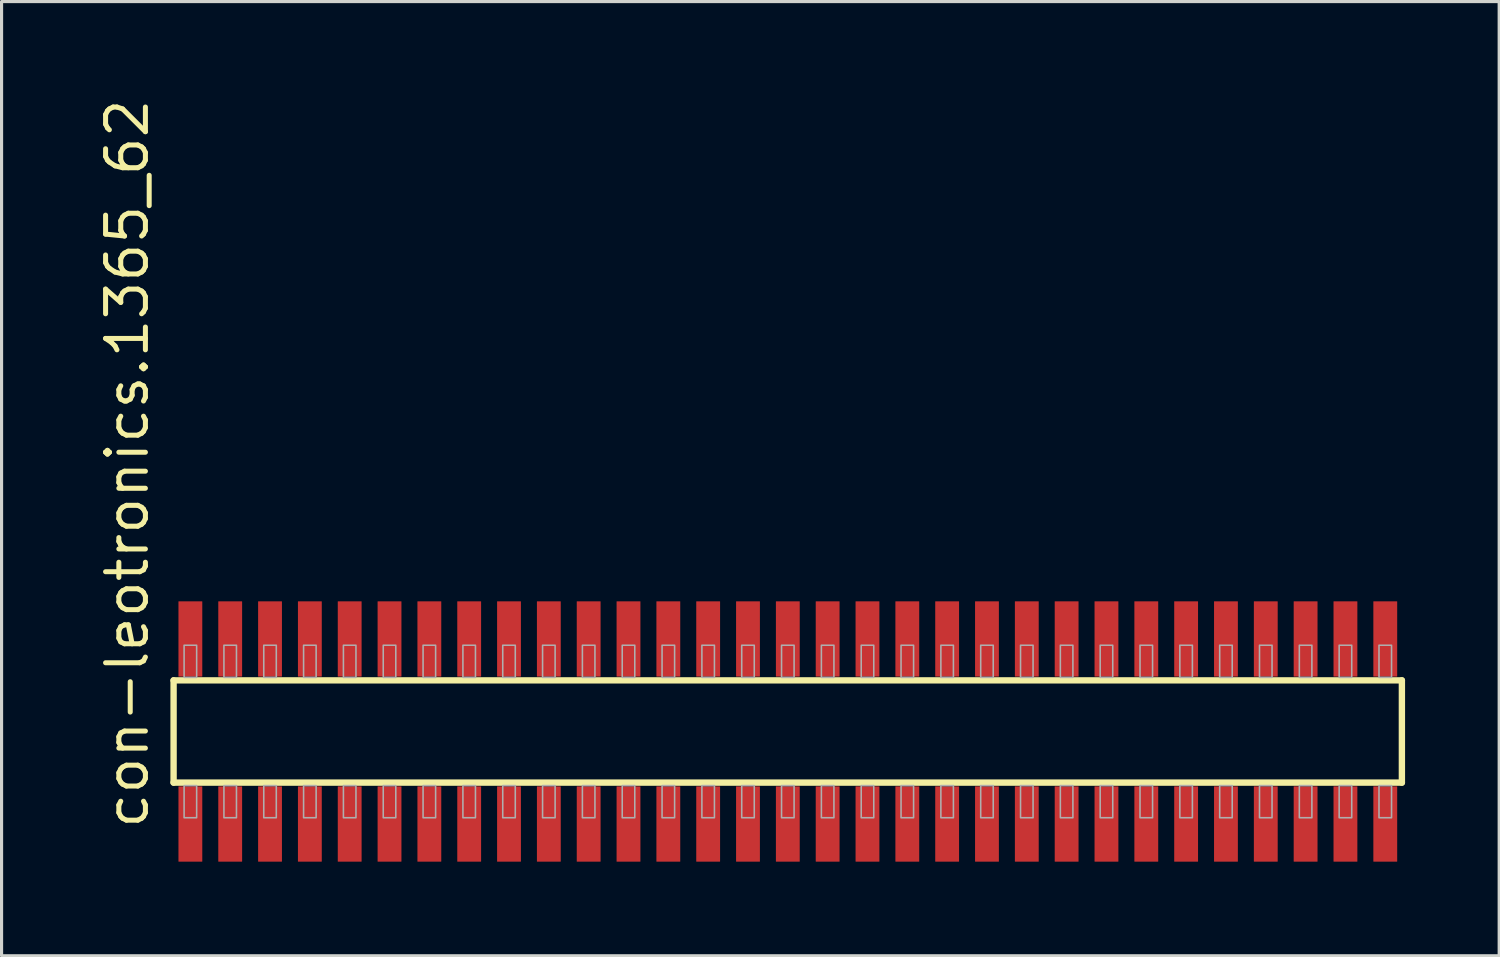
<source format=kicad_pcb>
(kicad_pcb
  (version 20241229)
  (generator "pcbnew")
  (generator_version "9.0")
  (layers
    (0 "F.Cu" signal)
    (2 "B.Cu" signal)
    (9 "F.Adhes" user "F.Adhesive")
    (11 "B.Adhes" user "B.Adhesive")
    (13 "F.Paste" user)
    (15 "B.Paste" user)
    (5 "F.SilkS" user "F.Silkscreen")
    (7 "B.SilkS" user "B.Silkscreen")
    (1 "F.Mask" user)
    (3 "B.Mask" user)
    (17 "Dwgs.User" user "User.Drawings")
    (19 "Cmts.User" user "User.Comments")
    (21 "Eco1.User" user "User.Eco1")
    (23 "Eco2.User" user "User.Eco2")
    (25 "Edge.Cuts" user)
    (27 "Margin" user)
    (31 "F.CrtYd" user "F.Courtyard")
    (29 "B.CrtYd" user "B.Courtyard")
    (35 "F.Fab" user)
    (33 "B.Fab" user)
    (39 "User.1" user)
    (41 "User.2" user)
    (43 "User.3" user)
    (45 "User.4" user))
  (footprint "con-leotronics.1365_62"
    (layer "F.Cu")
    (at 22.07 20.274)
    (property "Reference" "con-leotronics.1365_62" (at -20.32 3.175 90) (layer "F.SilkS") (effects (font (size 1.27 1.27) (thickness 0.16)) (justify left bottom)))
    (attr smd)
    (fp_line (start -19.585 -1.63) (end 19.58 -1.63) (stroke (width 0.203) (type default)) (layer "F.SilkS"))
    (fp_line (start -19.585 1.63) (end -19.585 -1.63) (stroke (width 0.203) (type default)) (layer "F.SilkS"))
    (fp_line (start 19.58 -1.63) (end 19.58 1.63) (stroke (width 0.203) (type default)) (layer "F.SilkS"))
    (fp_line (start 19.58 1.63) (end -19.585 1.63) (stroke (width 0.203) (type default)) (layer "F.SilkS"))
    (fp_rect (start -19.25 -1.725) (end -18.85 -2.75) (stroke (width 0.05) (type default)) (fill no) (layer "F.Fab"))
    (fp_rect (start -19.25 2.75) (end -18.85 1.725) (stroke (width 0.05) (type default)) (fill no) (layer "F.Fab"))
    (fp_rect (start -17.98 -1.725) (end -17.58 -2.75) (stroke (width 0.05) (type default)) (fill no) (layer "F.Fab"))
    (fp_rect (start -17.98 2.75) (end -17.58 1.725) (stroke (width 0.05) (type default)) (fill no) (layer "F.Fab"))
    (fp_rect (start -16.71 -1.725) (end -16.31 -2.75) (stroke (width 0.05) (type default)) (fill no) (layer "F.Fab"))
    (fp_rect (start -16.71 2.75) (end -16.31 1.725) (stroke (width 0.05) (type default)) (fill no) (layer "F.Fab"))
    (fp_rect (start -15.44 -1.725) (end -15.04 -2.75) (stroke (width 0.05) (type default)) (fill no) (layer "F.Fab"))
    (fp_rect (start -15.44 2.75) (end -15.04 1.725) (stroke (width 0.05) (type default)) (fill no) (layer "F.Fab"))
    (fp_rect (start -14.17 -1.725) (end -13.77 -2.75) (stroke (width 0.05) (type default)) (fill no) (layer "F.Fab"))
    (fp_rect (start -14.17 2.75) (end -13.77 1.725) (stroke (width 0.05) (type default)) (fill no) (layer "F.Fab"))
    (fp_rect (start -12.9 -1.725) (end -12.5 -2.75) (stroke (width 0.05) (type default)) (fill no) (layer "F.Fab"))
    (fp_rect (start -12.9 2.75) (end -12.5 1.725) (stroke (width 0.05) (type default)) (fill no) (layer "F.Fab"))
    (fp_rect (start -11.63 -1.725) (end -11.23 -2.75) (stroke (width 0.05) (type default)) (fill no) (layer "F.Fab"))
    (fp_rect (start -11.63 2.75) (end -11.23 1.725) (stroke (width 0.05) (type default)) (fill no) (layer "F.Fab"))
    (fp_rect (start -10.36 -1.725) (end -9.96 -2.75) (stroke (width 0.05) (type default)) (fill no) (layer "F.Fab"))
    (fp_rect (start -10.36 2.75) (end -9.96 1.725) (stroke (width 0.05) (type default)) (fill no) (layer "F.Fab"))
    (fp_rect (start -9.09 -1.725) (end -8.69 -2.75) (stroke (width 0.05) (type default)) (fill no) (layer "F.Fab"))
    (fp_rect (start -9.09 2.75) (end -8.69 1.725) (stroke (width 0.05) (type default)) (fill no) (layer "F.Fab"))
    (fp_rect (start -7.82 -1.725) (end -7.42 -2.75) (stroke (width 0.05) (type default)) (fill no) (layer "F.Fab"))
    (fp_rect (start -7.82 2.75) (end -7.42 1.725) (stroke (width 0.05) (type default)) (fill no) (layer "F.Fab"))
    (fp_rect (start -6.55 -1.725) (end -6.15 -2.75) (stroke (width 0.05) (type default)) (fill no) (layer "F.Fab"))
    (fp_rect (start -6.55 2.75) (end -6.15 1.725) (stroke (width 0.05) (type default)) (fill no) (layer "F.Fab"))
    (fp_rect (start -5.28 -1.725) (end -4.88 -2.75) (stroke (width 0.05) (type default)) (fill no) (layer "F.Fab"))
    (fp_rect (start -5.28 2.75) (end -4.88 1.725) (stroke (width 0.05) (type default)) (fill no) (layer "F.Fab"))
    (fp_rect (start -4.01 -1.725) (end -3.61 -2.75) (stroke (width 0.05) (type default)) (fill no) (layer "F.Fab"))
    (fp_rect (start -4.01 2.75) (end -3.61 1.725) (stroke (width 0.05) (type default)) (fill no) (layer "F.Fab"))
    (fp_rect (start -2.74 -1.725) (end -2.34 -2.75) (stroke (width 0.05) (type default)) (fill no) (layer "F.Fab"))
    (fp_rect (start -2.74 2.75) (end -2.34 1.725) (stroke (width 0.05) (type default)) (fill no) (layer "F.Fab"))
    (fp_rect (start -1.47 -1.725) (end -1.07 -2.75) (stroke (width 0.05) (type default)) (fill no) (layer "F.Fab"))
    (fp_rect (start -1.47 2.75) (end -1.07 1.725) (stroke (width 0.05) (type default)) (fill no) (layer "F.Fab"))
    (fp_rect (start -0.2 -1.725) (end 0.2 -2.75) (stroke (width 0.05) (type default)) (fill no) (layer "F.Fab"))
    (fp_rect (start -0.2 2.75) (end 0.2 1.725) (stroke (width 0.05) (type default)) (fill no) (layer "F.Fab"))
    (fp_rect (start 1.07 -1.725) (end 1.47 -2.75) (stroke (width 0.05) (type default)) (fill no) (layer "F.Fab"))
    (fp_rect (start 1.07 2.75) (end 1.47 1.725) (stroke (width 0.05) (type default)) (fill no) (layer "F.Fab"))
    (fp_rect (start 2.34 -1.725) (end 2.74 -2.75) (stroke (width 0.05) (type default)) (fill no) (layer "F.Fab"))
    (fp_rect (start 2.34 2.75) (end 2.74 1.725) (stroke (width 0.05) (type default)) (fill no) (layer "F.Fab"))
    (fp_rect (start 3.61 -1.725) (end 4.01 -2.75) (stroke (width 0.05) (type default)) (fill no) (layer "F.Fab"))
    (fp_rect (start 3.61 2.75) (end 4.01 1.725) (stroke (width 0.05) (type default)) (fill no) (layer "F.Fab"))
    (fp_rect (start 4.88 -1.725) (end 5.28 -2.75) (stroke (width 0.05) (type default)) (fill no) (layer "F.Fab"))
    (fp_rect (start 4.88 2.75) (end 5.28 1.725) (stroke (width 0.05) (type default)) (fill no) (layer "F.Fab"))
    (fp_rect (start 6.15 -1.725) (end 6.55 -2.75) (stroke (width 0.05) (type default)) (fill no) (layer "F.Fab"))
    (fp_rect (start 6.15 2.75) (end 6.55 1.725) (stroke (width 0.05) (type default)) (fill no) (layer "F.Fab"))
    (fp_rect (start 7.42 -1.725) (end 7.82 -2.75) (stroke (width 0.05) (type default)) (fill no) (layer "F.Fab"))
    (fp_rect (start 7.42 2.75) (end 7.82 1.725) (stroke (width 0.05) (type default)) (fill no) (layer "F.Fab"))
    (fp_rect (start 8.69 -1.725) (end 9.09 -2.75) (stroke (width 0.05) (type default)) (fill no) (layer "F.Fab"))
    (fp_rect (start 8.69 2.75) (end 9.09 1.725) (stroke (width 0.05) (type default)) (fill no) (layer "F.Fab"))
    (fp_rect (start 9.96 -1.725) (end 10.36 -2.75) (stroke (width 0.05) (type default)) (fill no) (layer "F.Fab"))
    (fp_rect (start 9.96 2.75) (end 10.36 1.725) (stroke (width 0.05) (type default)) (fill no) (layer "F.Fab"))
    (fp_rect (start 11.23 -1.725) (end 11.63 -2.75) (stroke (width 0.05) (type default)) (fill no) (layer "F.Fab"))
    (fp_rect (start 11.23 2.75) (end 11.63 1.725) (stroke (width 0.05) (type default)) (fill no) (layer "F.Fab"))
    (fp_rect (start 12.5 -1.725) (end 12.9 -2.75) (stroke (width 0.05) (type default)) (fill no) (layer "F.Fab"))
    (fp_rect (start 12.5 2.75) (end 12.9 1.725) (stroke (width 0.05) (type default)) (fill no) (layer "F.Fab"))
    (fp_rect (start 13.77 -1.725) (end 14.17 -2.75) (stroke (width 0.05) (type default)) (fill no) (layer "F.Fab"))
    (fp_rect (start 13.77 2.75) (end 14.17 1.725) (stroke (width 0.05) (type default)) (fill no) (layer "F.Fab"))
    (fp_rect (start 15.04 -1.725) (end 15.44 -2.75) (stroke (width 0.05) (type default)) (fill no) (layer "F.Fab"))
    (fp_rect (start 15.04 2.75) (end 15.44 1.725) (stroke (width 0.05) (type default)) (fill no) (layer "F.Fab"))
    (fp_rect (start 16.31 -1.725) (end 16.71 -2.75) (stroke (width 0.05) (type default)) (fill no) (layer "F.Fab"))
    (fp_rect (start 16.31 2.75) (end 16.71 1.725) (stroke (width 0.05) (type default)) (fill no) (layer "F.Fab"))
    (fp_rect (start 17.58 -1.725) (end 17.98 -2.75) (stroke (width 0.05) (type default)) (fill no) (layer "F.Fab"))
    (fp_rect (start 17.58 2.75) (end 17.98 1.725) (stroke (width 0.05) (type default)) (fill no) (layer "F.Fab"))
    (fp_rect (start 18.85 -1.725) (end 19.25 -2.75) (stroke (width 0.05) (type default)) (fill no) (layer "F.Fab"))
    (fp_rect (start 18.85 2.75) (end 19.25 1.725) (stroke (width 0.05) (type default)) (fill no) (layer "F.Fab"))
    (pad "1" smd roundrect (at -19.05 2.95) (size 0.76 2.4) (layers "F.Cu" "F.Mask" "F.Paste") (roundrect_rratio 0.01))
    (pad "2" smd roundrect (at -19.05 -2.95) (size 0.76 2.4) (layers "F.Cu" "F.Mask" "F.Paste") (roundrect_rratio 0.01))
    (pad "3" smd roundrect (at -17.78 2.95) (size 0.76 2.4) (layers "F.Cu" "F.Mask" "F.Paste") (roundrect_rratio 0.01))
    (pad "4" smd roundrect (at -17.78 -2.95) (size 0.76 2.4) (layers "F.Cu" "F.Mask" "F.Paste") (roundrect_rratio 0.01))
    (pad "5" smd roundrect (at -16.51 2.95) (size 0.76 2.4) (layers "F.Cu" "F.Mask" "F.Paste") (roundrect_rratio 0.01))
    (pad "6" smd roundrect (at -16.51 -2.95) (size 0.76 2.4) (layers "F.Cu" "F.Mask" "F.Paste") (roundrect_rratio 0.01))
    (pad "7" smd roundrect (at -15.24 2.95) (size 0.76 2.4) (layers "F.Cu" "F.Mask" "F.Paste") (roundrect_rratio 0.01))
    (pad "8" smd roundrect (at -15.24 -2.95) (size 0.76 2.4) (layers "F.Cu" "F.Mask" "F.Paste") (roundrect_rratio 0.01))
    (pad "9" smd roundrect (at -13.97 2.95) (size 0.76 2.4) (layers "F.Cu" "F.Mask" "F.Paste") (roundrect_rratio 0.01))
    (pad "10" smd roundrect (at -13.97 -2.95) (size 0.76 2.4) (layers "F.Cu" "F.Mask" "F.Paste") (roundrect_rratio 0.01))
    (pad "11" smd roundrect (at -12.7 2.95) (size 0.76 2.4) (layers "F.Cu" "F.Mask" "F.Paste") (roundrect_rratio 0.01))
    (pad "12" smd roundrect (at -12.7 -2.95) (size 0.76 2.4) (layers "F.Cu" "F.Mask" "F.Paste") (roundrect_rratio 0.01))
    (pad "13" smd roundrect (at -11.43 2.95) (size 0.76 2.4) (layers "F.Cu" "F.Mask" "F.Paste") (roundrect_rratio 0.01))
    (pad "14" smd roundrect (at -11.43 -2.95) (size 0.76 2.4) (layers "F.Cu" "F.Mask" "F.Paste") (roundrect_rratio 0.01))
    (pad "15" smd roundrect (at -10.16 2.95) (size 0.76 2.4) (layers "F.Cu" "F.Mask" "F.Paste") (roundrect_rratio 0.01))
    (pad "16" smd roundrect (at -10.16 -2.95) (size 0.76 2.4) (layers "F.Cu" "F.Mask" "F.Paste") (roundrect_rratio 0.01))
    (pad "17" smd roundrect (at -8.89 2.95) (size 0.76 2.4) (layers "F.Cu" "F.Mask" "F.Paste") (roundrect_rratio 0.01))
    (pad "18" smd roundrect (at -8.89 -2.95) (size 0.76 2.4) (layers "F.Cu" "F.Mask" "F.Paste") (roundrect_rratio 0.01))
    (pad "19" smd roundrect (at -7.62 2.95) (size 0.76 2.4) (layers "F.Cu" "F.Mask" "F.Paste") (roundrect_rratio 0.01))
    (pad "20" smd roundrect (at -7.62 -2.95) (size 0.76 2.4) (layers "F.Cu" "F.Mask" "F.Paste") (roundrect_rratio 0.01))
    (pad "21" smd roundrect (at -6.35 2.95) (size 0.76 2.4) (layers "F.Cu" "F.Mask" "F.Paste") (roundrect_rratio 0.01))
    (pad "22" smd roundrect (at -6.35 -2.95) (size 0.76 2.4) (layers "F.Cu" "F.Mask" "F.Paste") (roundrect_rratio 0.01))
    (pad "23" smd roundrect (at -5.08 2.95) (size 0.76 2.4) (layers "F.Cu" "F.Mask" "F.Paste") (roundrect_rratio 0.01))
    (pad "24" smd roundrect (at -5.08 -2.95) (size 0.76 2.4) (layers "F.Cu" "F.Mask" "F.Paste") (roundrect_rratio 0.01))
    (pad "25" smd roundrect (at -3.81 2.95) (size 0.76 2.4) (layers "F.Cu" "F.Mask" "F.Paste") (roundrect_rratio 0.01))
    (pad "26" smd roundrect (at -3.81 -2.95) (size 0.76 2.4) (layers "F.Cu" "F.Mask" "F.Paste") (roundrect_rratio 0.01))
    (pad "27" smd roundrect (at -2.54 2.95) (size 0.76 2.4) (layers "F.Cu" "F.Mask" "F.Paste") (roundrect_rratio 0.01))
    (pad "28" smd roundrect (at -2.54 -2.95) (size 0.76 2.4) (layers "F.Cu" "F.Mask" "F.Paste") (roundrect_rratio 0.01))
    (pad "29" smd roundrect (at -1.27 2.95) (size 0.76 2.4) (layers "F.Cu" "F.Mask" "F.Paste") (roundrect_rratio 0.01))
    (pad "30" smd roundrect (at -1.27 -2.95) (size 0.76 2.4) (layers "F.Cu" "F.Mask" "F.Paste") (roundrect_rratio 0.01))
    (pad "31" smd roundrect (at 0 2.95) (size 0.76 2.4) (layers "F.Cu" "F.Mask" "F.Paste") (roundrect_rratio 0.01))
    (pad "32" smd roundrect (at 0 -2.95) (size 0.76 2.4) (layers "F.Cu" "F.Mask" "F.Paste") (roundrect_rratio 0.01))
    (pad "33" smd roundrect (at 1.27 2.95) (size 0.76 2.4) (layers "F.Cu" "F.Mask" "F.Paste") (roundrect_rratio 0.01))
    (pad "34" smd roundrect (at 1.27 -2.95) (size 0.76 2.4) (layers "F.Cu" "F.Mask" "F.Paste") (roundrect_rratio 0.01))
    (pad "35" smd roundrect (at 2.54 2.95) (size 0.76 2.4) (layers "F.Cu" "F.Mask" "F.Paste") (roundrect_rratio 0.01))
    (pad "36" smd roundrect (at 2.54 -2.95) (size 0.76 2.4) (layers "F.Cu" "F.Mask" "F.Paste") (roundrect_rratio 0.01))
    (pad "37" smd roundrect (at 3.81 2.95) (size 0.76 2.4) (layers "F.Cu" "F.Mask" "F.Paste") (roundrect_rratio 0.01))
    (pad "38" smd roundrect (at 3.81 -2.95) (size 0.76 2.4) (layers "F.Cu" "F.Mask" "F.Paste") (roundrect_rratio 0.01))
    (pad "39" smd roundrect (at 5.08 2.95) (size 0.76 2.4) (layers "F.Cu" "F.Mask" "F.Paste") (roundrect_rratio 0.01))
    (pad "40" smd roundrect (at 5.08 -2.95) (size 0.76 2.4) (layers "F.Cu" "F.Mask" "F.Paste") (roundrect_rratio 0.01))
    (pad "41" smd roundrect (at 6.35 2.95) (size 0.76 2.4) (layers "F.Cu" "F.Mask" "F.Paste") (roundrect_rratio 0.01))
    (pad "42" smd roundrect (at 6.35 -2.95) (size 0.76 2.4) (layers "F.Cu" "F.Mask" "F.Paste") (roundrect_rratio 0.01))
    (pad "43" smd roundrect (at 7.62 2.95) (size 0.76 2.4) (layers "F.Cu" "F.Mask" "F.Paste") (roundrect_rratio 0.01))
    (pad "44" smd roundrect (at 7.62 -2.95) (size 0.76 2.4) (layers "F.Cu" "F.Mask" "F.Paste") (roundrect_rratio 0.01))
    (pad "45" smd roundrect (at 8.89 2.95) (size 0.76 2.4) (layers "F.Cu" "F.Mask" "F.Paste") (roundrect_rratio 0.01))
    (pad "46" smd roundrect (at 8.89 -2.95) (size 0.76 2.4) (layers "F.Cu" "F.Mask" "F.Paste") (roundrect_rratio 0.01))
    (pad "47" smd roundrect (at 10.16 2.95) (size 0.76 2.4) (layers "F.Cu" "F.Mask" "F.Paste") (roundrect_rratio 0.01))
    (pad "48" smd roundrect (at 10.16 -2.95) (size 0.76 2.4) (layers "F.Cu" "F.Mask" "F.Paste") (roundrect_rratio 0.01))
    (pad "49" smd roundrect (at 11.43 2.95) (size 0.76 2.4) (layers "F.Cu" "F.Mask" "F.Paste") (roundrect_rratio 0.01))
    (pad "50" smd roundrect (at 11.43 -2.95) (size 0.76 2.4) (layers "F.Cu" "F.Mask" "F.Paste") (roundrect_rratio 0.01))
    (pad "51" smd roundrect (at 12.7 2.95) (size 0.76 2.4) (layers "F.Cu" "F.Mask" "F.Paste") (roundrect_rratio 0.01))
    (pad "52" smd roundrect (at 12.7 -2.95) (size 0.76 2.4) (layers "F.Cu" "F.Mask" "F.Paste") (roundrect_rratio 0.01))
    (pad "53" smd roundrect (at 13.97 2.95) (size 0.76 2.4) (layers "F.Cu" "F.Mask" "F.Paste") (roundrect_rratio 0.01))
    (pad "54" smd roundrect (at 13.97 -2.95) (size 0.76 2.4) (layers "F.Cu" "F.Mask" "F.Paste") (roundrect_rratio 0.01))
    (pad "55" smd roundrect (at 15.24 2.95) (size 0.76 2.4) (layers "F.Cu" "F.Mask" "F.Paste") (roundrect_rratio 0.01))
    (pad "56" smd roundrect (at 15.24 -2.95) (size 0.76 2.4) (layers "F.Cu" "F.Mask" "F.Paste") (roundrect_rratio 0.01))
    (pad "57" smd roundrect (at 16.51 2.95) (size 0.76 2.4) (layers "F.Cu" "F.Mask" "F.Paste") (roundrect_rratio 0.01))
    (pad "58" smd roundrect (at 16.51 -2.95) (size 0.76 2.4) (layers "F.Cu" "F.Mask" "F.Paste") (roundrect_rratio 0.01))
    (pad "59" smd roundrect (at 17.78 2.95) (size 0.76 2.4) (layers "F.Cu" "F.Mask" "F.Paste") (roundrect_rratio 0.01))
    (pad "60" smd roundrect (at 17.78 -2.95) (size 0.76 2.4) (layers "F.Cu" "F.Mask" "F.Paste") (roundrect_rratio 0.01))
    (pad "61" smd roundrect (at 19.05 2.95) (size 0.76 2.4) (layers "F.Cu" "F.Mask" "F.Paste") (roundrect_rratio 0.01))
    (pad "62" smd roundrect (at 19.05 -2.95) (size 0.76 2.4) (layers "F.Cu" "F.Mask" "F.Paste") (roundrect_rratio 0.01)))
  (gr_rect
    (start -3 -3)
    (end 44.752 27.424)
    (stroke (width 0.1) (type default))
    (fill no)
    (layer "Edge.Cuts")))
</source>
